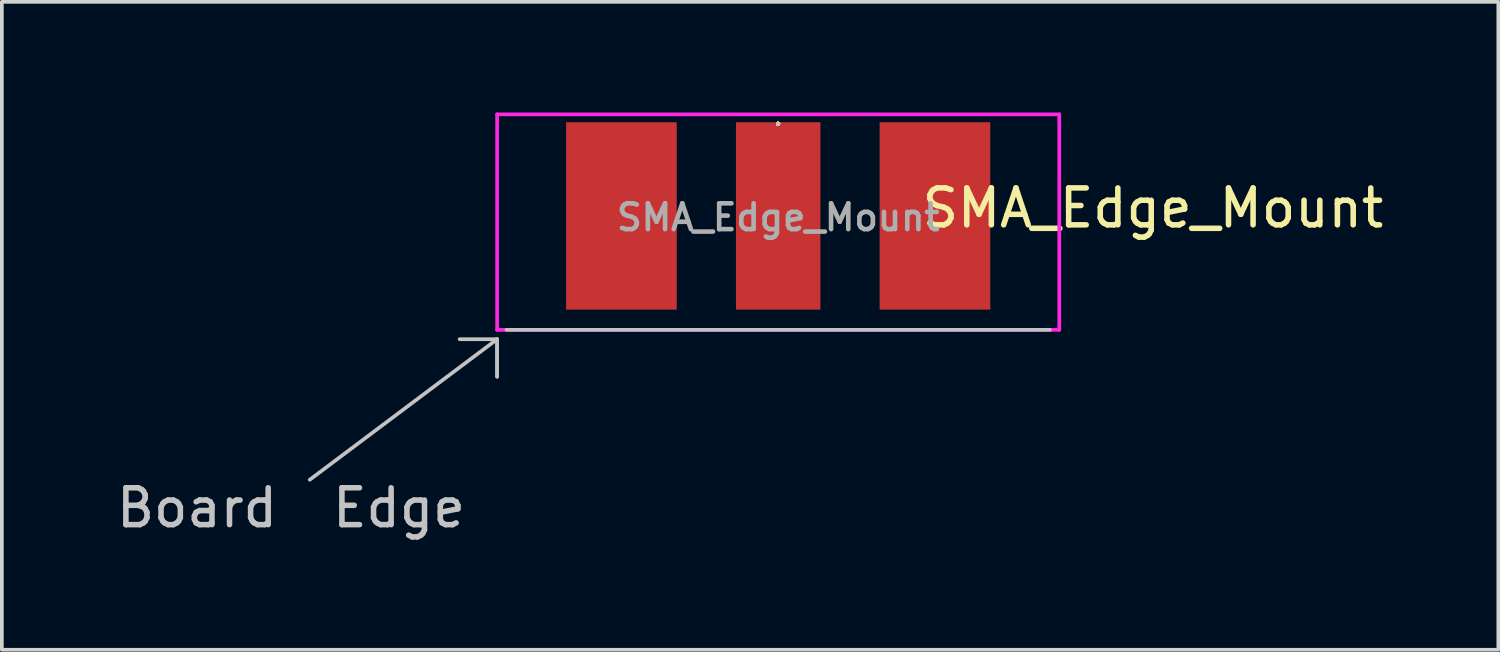
<source format=kicad_pcb>
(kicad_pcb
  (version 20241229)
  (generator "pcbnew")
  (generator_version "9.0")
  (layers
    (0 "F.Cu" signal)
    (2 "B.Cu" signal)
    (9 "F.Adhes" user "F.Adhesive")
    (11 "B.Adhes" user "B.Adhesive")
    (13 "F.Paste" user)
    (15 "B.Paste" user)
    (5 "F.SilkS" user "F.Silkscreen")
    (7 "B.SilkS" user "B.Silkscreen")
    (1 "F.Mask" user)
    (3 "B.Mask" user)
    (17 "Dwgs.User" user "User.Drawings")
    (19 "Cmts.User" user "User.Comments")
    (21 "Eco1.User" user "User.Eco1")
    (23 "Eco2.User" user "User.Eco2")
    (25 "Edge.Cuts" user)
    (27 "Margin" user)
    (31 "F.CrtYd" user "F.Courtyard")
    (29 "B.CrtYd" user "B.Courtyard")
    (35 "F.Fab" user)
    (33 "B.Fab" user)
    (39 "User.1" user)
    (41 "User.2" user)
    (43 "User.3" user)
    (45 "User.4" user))
  (footprint "SMA_Edge_Mount"
    (layer "F.Cu")
    (at 18.047 0.304)
    (property "Reference" "SMA_Edge_Mount" (at 10.16 2.286 0) (layer "F.SilkS") (effects (font (size 1 1) (thickness 0.15))))
    (attr through_hole)
    (fp_line (start -12.7 9.652) (end -7.62 5.842) (stroke (width 0.1) (type solid)) (layer "Dwgs.User"))
    (fp_line (start -7.62 5.842) (end -8.636 5.842) (stroke (width 0.1) (type solid)) (layer "Dwgs.User"))
    (fp_line (start -7.62 5.842) (end -7.62 6.858) (stroke (width 0.1) (type solid)) (layer "Dwgs.User"))
    (fp_line (start -7.62 6.858) (end -7.62 5.842) (stroke (width 0.1) (type solid)) (layer "Dwgs.User"))
    (fp_line (start 0 0) (end 0 0) (stroke (width 0.1) (type solid)) (layer "Dwgs.User"))
    (fp_line (start 0 0) (end 0 0) (stroke (width 0.1) (type solid)) (layer "Dwgs.User"))
    (fp_line (start 0 0) (end 0 0) (stroke (width 0.1) (type solid)) (layer "Dwgs.User"))
    (fp_line (start 0 0) (end 0 0) (stroke (width 0.1) (type solid)) (layer "Dwgs.User"))
    (fp_line (start 0 0) (end 0 0) (stroke (width 0.1) (type solid)) (layer "Dwgs.User"))
    (fp_line (start 0 0) (end 0 0) (stroke (width 0.1) (type solid)) (layer "Dwgs.User"))
    (fp_line (start 0 0) (end 0 0) (stroke (width 0.1) (type solid)) (layer "Dwgs.User"))
    (fp_line (start 0 0) (end 0 0) (stroke (width 0.1) (type solid)) (layer "Dwgs.User"))
    (fp_line (start 0 0) (end 0 0) (stroke (width 0.1) (type solid)) (layer "Dwgs.User"))
    (fp_line (start 0 0) (end 0 0) (stroke (width 0.1) (type solid)) (layer "Dwgs.User"))
    (fp_line (start 0 0) (end 0 0) (stroke (width 0.1) (type solid)) (layer "Dwgs.User"))
    (fp_line (start 0 0) (end 0 0) (stroke (width 0.1) (type solid)) (layer "Dwgs.User"))
    (fp_line (start 0 0) (end 0 0) (stroke (width 0.1) (type solid)) (layer "Dwgs.User"))
    (fp_line (start 0 0) (end 0 0) (stroke (width 0.1) (type solid)) (layer "Dwgs.User"))
    (fp_line (start 0 0) (end 0 0) (stroke (width 0.1) (type solid)) (layer "Dwgs.User"))
    (fp_line (start 0 0) (end 0 0) (stroke (width 0.1) (type solid)) (layer "Dwgs.User"))
    (fp_line (start 0 0) (end 0 0) (stroke (width 0.1) (type solid)) (layer "Dwgs.User"))
    (fp_line (start 0 0) (end 0 0) (stroke (width 0.1) (type solid)) (layer "Dwgs.User"))
    (fp_line (start 0 0) (end 0 0) (stroke (width 0.1) (type solid)) (layer "Dwgs.User"))
    (fp_line (start 0 0) (end 0 0) (stroke (width 0.1) (type solid)) (layer "Dwgs.User"))
    (fp_line (start 0 0) (end 0 0) (stroke (width 0.1) (type solid)) (layer "Dwgs.User"))
    (fp_line (start 0 0) (end 0 0) (stroke (width 0.1) (type solid)) (layer "Dwgs.User"))
    (fp_line (start 0 0) (end 0 0) (stroke (width 0.1) (type solid)) (layer "Dwgs.User"))
    (fp_line (start 0 0) (end 0 0) (stroke (width 0.1) (type solid)) (layer "Dwgs.User"))
    (fp_line (start 0 0) (end 0 0) (stroke (width 0.1) (type solid)) (layer "Dwgs.User"))
    (fp_line (start 0 0) (end 0 0) (stroke (width 0.1) (type solid)) (layer "Dwgs.User"))
    (fp_line (start 0 0) (end 0 0) (stroke (width 0.1) (type solid)) (layer "Dwgs.User"))
    (fp_line (start 0 0) (end 0 0) (stroke (width 0.1) (type solid)) (layer "Dwgs.User"))
    (fp_line (start 0 0) (end 0 0) (stroke (width 0.1) (type solid)) (layer "Dwgs.User"))
    (fp_line (start 0 0) (end 0 0) (stroke (width 0.1) (type solid)) (layer "Dwgs.User"))
    (fp_line (start 0 0) (end 0 0) (stroke (width 0.1) (type solid)) (layer "Dwgs.User"))
    (fp_line (start 0 0) (end 0 0) (stroke (width 0.1) (type solid)) (layer "Dwgs.User"))
    (fp_line (start 0 0) (end 0 0) (stroke (width 0.1) (type solid)) (layer "Dwgs.User"))
    (fp_line (start 0 0) (end 0 0) (stroke (width 0.1) (type solid)) (layer "Dwgs.User"))
    (fp_line (start 0 0) (end 0 0) (stroke (width 0.1) (type solid)) (layer "Dwgs.User"))
    (fp_line (start 0 0) (end 0 0) (stroke (width 0.1) (type solid)) (layer "Dwgs.User"))
    (fp_line (start 0 0) (end 0 0) (stroke (width 0.1) (type solid)) (layer "Dwgs.User"))
    (fp_line (start 0 0) (end 0 0) (stroke (width 0.1) (type solid)) (layer "Dwgs.User"))
    (fp_line (start 0 0) (end 0 0) (stroke (width 0.1) (type solid)) (layer "Dwgs.User"))
    (fp_line (start 0 0) (end 0 0) (stroke (width 0.1) (type solid)) (layer "Dwgs.User"))
    (fp_line (start 0 0) (end 0 0) (stroke (width 0.1) (type solid)) (layer "Dwgs.User"))
    (fp_line (start 0 0) (end 0 0) (stroke (width 0.1) (type solid)) (layer "Dwgs.User"))
    (fp_line (start 0 0) (end 0 0) (stroke (width 0.1) (type solid)) (layer "Dwgs.User"))
    (fp_line (start 0 0) (end 0 0) (stroke (width 0.1) (type solid)) (layer "Dwgs.User"))
    (fp_line (start 0 0) (end 0 0) (stroke (width 0.1) (type solid)) (layer "Dwgs.User"))
    (fp_line (start 0 0) (end 0 0) (stroke (width 0.1) (type solid)) (layer "Dwgs.User"))
    (fp_line (start 0 0) (end 0 0) (stroke (width 0.1) (type solid)) (layer "Dwgs.User"))
    (fp_line (start 0 0) (end 0 0) (stroke (width 0.1) (type solid)) (layer "Dwgs.User"))
    (fp_line (start 0 0) (end 0 0) (stroke (width 0.1) (type solid)) (layer "Dwgs.User"))
    (fp_line (start 0 0) (end 0 0) (stroke (width 0.1) (type solid)) (layer "Dwgs.User"))
    (fp_line (start 0 0) (end 0 0) (stroke (width 0.1) (type solid)) (layer "Dwgs.User"))
    (fp_line (start 0 0) (end 0 0) (stroke (width 0.1) (type solid)) (layer "Dwgs.User"))
    (fp_line (start 0 0) (end 0 0) (stroke (width 0.1) (type solid)) (layer "Dwgs.User"))
    (fp_line (start 0 0) (end 0 0) (stroke (width 0.1) (type solid)) (layer "Dwgs.User"))
    (fp_line (start 0 0) (end 0 0) (stroke (width 0.1) (type solid)) (layer "Dwgs.User"))
    (fp_line (start 0 0) (end 0 0) (stroke (width 0.1) (type solid)) (layer "Dwgs.User"))
    (fp_line (start 0 0) (end 0 0) (stroke (width 0.1) (type solid)) (layer "Dwgs.User"))
    (fp_line (start 0 0) (end 0 0) (stroke (width 0.1) (type solid)) (layer "Dwgs.User"))
    (fp_line (start 0 0) (end 0 0) (stroke (width 0.1) (type solid)) (layer "Dwgs.User"))
    (fp_line (start 0 0) (end 0 0) (stroke (width 0.1) (type solid)) (layer "Dwgs.User"))
    (fp_line (start 0 0) (end 0 0) (stroke (width 0.1) (type solid)) (layer "Dwgs.User"))
    (fp_line (start 0 0) (end 0 0) (stroke (width 0.1) (type solid)) (layer "Dwgs.User"))
    (fp_line (start 0 0) (end 0 0) (stroke (width 0.1) (type solid)) (layer "Dwgs.User"))
    (fp_line (start 0 0) (end 0 0) (stroke (width 0.1) (type solid)) (layer "Dwgs.User"))
    (fp_line (start 0 0) (end 0 0) (stroke (width 0.1) (type solid)) (layer "Dwgs.User"))
    (fp_line (start 0 0) (end 0 0) (stroke (width 0.1) (type solid)) (layer "Dwgs.User"))
    (fp_line (start 0 0) (end 0 0) (stroke (width 0.1) (type solid)) (layer "Dwgs.User"))
    (fp_line (start 0 0) (end 0 0) (stroke (width 0.1) (type solid)) (layer "Dwgs.User"))
    (fp_line (start 0 0) (end 0 0) (stroke (width 0.1) (type solid)) (layer "Dwgs.User"))
    (fp_line (start 0 0) (end 0 0) (stroke (width 0.1) (type solid)) (layer "Dwgs.User"))
    (fp_line (start 0 0) (end 0 0) (stroke (width 0.1) (type solid)) (layer "Dwgs.User"))
    (fp_line (start 0 0) (end 0 0) (stroke (width 0.1) (type solid)) (layer "Dwgs.User"))
    (fp_line (start 0 0) (end 0 0) (stroke (width 0.1) (type solid)) (layer "Dwgs.User"))
    (fp_line (start 0 0) (end 0 0) (stroke (width 0.1) (type solid)) (layer "Dwgs.User"))
    (fp_line (start 0 0) (end 0 0) (stroke (width 0.1) (type solid)) (layer "Dwgs.User"))
    (fp_line (start 0 0) (end 0 0) (stroke (width 0.1) (type solid)) (layer "Dwgs.User"))
    (fp_line (start 0 0) (end 0 0) (stroke (width 0.1) (type solid)) (layer "Dwgs.User"))
    (fp_line (start 0 0) (end 0 0) (stroke (width 0.1) (type solid)) (layer "Dwgs.User"))
    (fp_line (start 0 0) (end 0 0) (stroke (width 0.1) (type solid)) (layer "Dwgs.User"))
    (fp_line (start 0 0) (end 0 0) (stroke (width 0.1) (type solid)) (layer "Dwgs.User"))
    (fp_line (start 0 0) (end 0 0) (stroke (width 0.1) (type solid)) (layer "Dwgs.User"))
    (fp_line (start 0 0) (end 0 0) (stroke (width 0.1) (type solid)) (layer "Dwgs.User"))
    (fp_line (start 0 0) (end 0 0) (stroke (width 0.1) (type solid)) (layer "Dwgs.User"))
    (fp_line (start 0 0) (end 0 0) (stroke (width 0.1) (type solid)) (layer "Dwgs.User"))
    (fp_line (start 0 0) (end 0 0) (stroke (width 0.1) (type solid)) (layer "Dwgs.User"))
    (fp_line (start 0 0) (end 0 0) (stroke (width 0.1) (type solid)) (layer "Dwgs.User"))
    (fp_line (start 0 0) (end 0 0) (stroke (width 0.1) (type solid)) (layer "Dwgs.User"))
    (fp_line (start 0 0) (end 0 0) (stroke (width 0.1) (type solid)) (layer "Dwgs.User"))
    (fp_line (start 0 0) (end 0 0) (stroke (width 0.1) (type solid)) (layer "Dwgs.User"))
    (fp_line (start 0 0) (end 0 0) (stroke (width 0.1) (type solid)) (layer "Dwgs.User"))
    (fp_line (start 0 0) (end 0 0) (stroke (width 0.1) (type solid)) (layer "Dwgs.User"))
    (fp_line (start 0 0) (end 0 0) (stroke (width 0.1) (type solid)) (layer "Dwgs.User"))
    (fp_line (start 0 0) (end 0 0) (stroke (width 0.1) (type solid)) (layer "Dwgs.User"))
    (fp_line (start 0 0) (end 0 0) (stroke (width 0.1) (type solid)) (layer "Dwgs.User"))
    (fp_line (start 0 0) (end 0 0) (stroke (width 0.1) (type solid)) (layer "Dwgs.User"))
    (fp_line (start 0 0) (end 0 0) (stroke (width 0.1) (type solid)) (layer "Dwgs.User"))
    (fp_line (start 0 0) (end 0 0) (stroke (width 0.1) (type solid)) (layer "Dwgs.User"))
    (fp_line (start 0 0) (end 0 0) (stroke (width 0.1) (type solid)) (layer "Dwgs.User"))
    (fp_line (start 0 0) (end 0 0) (stroke (width 0.1) (type solid)) (layer "Dwgs.User"))
    (fp_line (start 0 0) (end 0 0) (stroke (width 0.1) (type solid)) (layer "Dwgs.User"))
    (fp_line (start 0 0) (end 0 0) (stroke (width 0.1) (type solid)) (layer "Dwgs.User"))
    (fp_line (start 0 0) (end 0 0) (stroke (width 0.1) (type solid)) (layer "Dwgs.User"))
    (fp_line (start 0 0) (end 0 0) (stroke (width 0.1) (type solid)) (layer "Dwgs.User"))
    (fp_line (start 0 0) (end 0 0) (stroke (width 0.1) (type solid)) (layer "Dwgs.User"))
    (fp_line (start 0 0) (end 0 0) (stroke (width 0.1) (type solid)) (layer "Dwgs.User"))
    (fp_line (start 0 0) (end 0 0) (stroke (width 0.1) (type solid)) (layer "Dwgs.User"))
    (fp_line (start 0 0) (end 0 0) (stroke (width 0.1) (type solid)) (layer "Dwgs.User"))
    (fp_line (start 0 0) (end 0 0) (stroke (width 0.1) (type solid)) (layer "Dwgs.User"))
    (fp_line (start 0 0) (end 0 0) (stroke (width 0.1) (type solid)) (layer "Dwgs.User"))
    (fp_line (start 0 0) (end 0 0) (stroke (width 0.1) (type solid)) (layer "Dwgs.User"))
    (fp_line (start 0 0) (end 0 0) (stroke (width 0.1) (type solid)) (layer "Dwgs.User"))
    (fp_line (start 0 0) (end 0 0) (stroke (width 0.1) (type solid)) (layer "Dwgs.User"))
    (fp_line (start 0 0) (end 0 0) (stroke (width 0.1) (type solid)) (layer "Dwgs.User"))
    (fp_line (start 0 0) (end 0 0) (stroke (width 0.1) (type solid)) (layer "Dwgs.User"))
    (fp_line (start 0 0) (end 0 0) (stroke (width 0.1) (type solid)) (layer "Dwgs.User"))
    (fp_line (start 0 0) (end 0 0) (stroke (width 0.1) (type solid)) (layer "Dwgs.User"))
    (fp_line (start 0 0) (end 0 0) (stroke (width 0.1) (type solid)) (layer "Dwgs.User"))
    (fp_line (start 0 0) (end 0 0) (stroke (width 0.1) (type solid)) (layer "Dwgs.User"))
    (fp_line (start 0 0) (end 0 0) (stroke (width 0.1) (type solid)) (layer "Dwgs.User"))
    (fp_line (start 0 0) (end 0 0) (stroke (width 0.1) (type solid)) (layer "Dwgs.User"))
    (fp_line (start 0 0) (end 0 0) (stroke (width 0.1) (type solid)) (layer "Dwgs.User"))
    (fp_line (start 0 0) (end 0 0) (stroke (width 0.1) (type solid)) (layer "Dwgs.User"))
    (fp_line (start 0 0) (end 0 0) (stroke (width 0.1) (type solid)) (layer "Dwgs.User"))
    (fp_line (start 0 0) (end 0 0) (stroke (width 0.1) (type solid)) (layer "Dwgs.User"))
    (fp_line (start 0 0) (end 0 0) (stroke (width 0.1) (type solid)) (layer "Dwgs.User"))
    (fp_line (start 0 0) (end 0 0) (stroke (width 0.1) (type solid)) (layer "Dwgs.User"))
    (fp_line (start 0 0) (end 0 0) (stroke (width 0.1) (type solid)) (layer "Dwgs.User"))
    (fp_line (start 0 0) (end 0 0) (stroke (width 0.1) (type solid)) (layer "Dwgs.User"))
    (fp_line (start 0 0) (end 0 0) (stroke (width 0.1) (type solid)) (layer "Dwgs.User"))
    (fp_line (start 0 0) (end 0 0) (stroke (width 0.1) (type solid)) (layer "Dwgs.User"))
    (fp_line (start 0 0) (end 0 0) (stroke (width 0.1) (type solid)) (layer "Dwgs.User"))
    (fp_line (start 0 0) (end 0 0) (stroke (width 0.1) (type solid)) (layer "Dwgs.User"))
    (fp_line (start 0 0) (end 0 0) (stroke (width 0.1) (type solid)) (layer "Dwgs.User"))
    (fp_line (start 0 0) (end 0 0) (stroke (width 0.1) (type solid)) (layer "Dwgs.User"))
    (fp_line (start 0 0) (end 0 0) (stroke (width 0.1) (type solid)) (layer "Dwgs.User"))
    (fp_line (start 0 0) (end 0 0) (stroke (width 0.1) (type solid)) (layer "Dwgs.User"))
    (fp_line (start 0 0) (end 0 0) (stroke (width 0.1) (type solid)) (layer "Dwgs.User"))
    (fp_line (start 0 0) (end 0 0) (stroke (width 0.1) (type solid)) (layer "Dwgs.User"))
    (fp_line (start 0 0) (end 0 0) (stroke (width 0.1) (type solid)) (layer "Dwgs.User"))
    (fp_line (start 0 0) (end 0 0) (stroke (width 0.1) (type solid)) (layer "Dwgs.User"))
    (fp_line (start 0 0) (end 0 0) (stroke (width 0.1) (type solid)) (layer "Dwgs.User"))
    (fp_line (start 0 0) (end 0 0) (stroke (width 0.1) (type solid)) (layer "Dwgs.User"))
    (fp_line (start 0 0) (end 0 0) (stroke (width 0.1) (type solid)) (layer "Dwgs.User"))
    (fp_line (start 0 0) (end 0 0) (stroke (width 0.1) (type solid)) (layer "Dwgs.User"))
    (fp_line (start 0 0) (end 0 0) (stroke (width 0.1) (type solid)) (layer "Dwgs.User"))
    (fp_line (start 0 0) (end 0 0) (stroke (width 0.1) (type solid)) (layer "Dwgs.User"))
    (fp_line (start 0 0) (end 0 0) (stroke (width 0.1) (type solid)) (layer "Dwgs.User"))
    (fp_line (start 0 0) (end 0 0) (stroke (width 0.1) (type solid)) (layer "Dwgs.User"))
    (fp_line (start 0 0) (end 0 0) (stroke (width 0.1) (type solid)) (layer "Dwgs.User"))
    (fp_line (start 0 0) (end 0 0) (stroke (width 0.1) (type solid)) (layer "Dwgs.User"))
    (fp_line (start 0 0) (end 0 0) (stroke (width 0.1) (type solid)) (layer "Dwgs.User"))
    (fp_line (start 0 0) (end 0 0) (stroke (width 0.1) (type solid)) (layer "Dwgs.User"))
    (fp_line (start 0 0) (end 0 0) (stroke (width 0.1) (type solid)) (layer "Dwgs.User"))
    (fp_line (start 0 0) (end 0 0) (stroke (width 0.1) (type solid)) (layer "Dwgs.User"))
    (fp_line (start 0 0) (end 0 0) (stroke (width 0.1) (type solid)) (layer "Dwgs.User"))
    (fp_line (start 0 0) (end 0 0) (stroke (width 0.1) (type solid)) (layer "Dwgs.User"))
    (fp_line (start 0 0) (end 0 0) (stroke (width 0.1) (type solid)) (layer "Dwgs.User"))
    (fp_line (start 0 0) (end 0 0) (stroke (width 0.1) (type solid)) (layer "Dwgs.User"))
    (fp_line (start 0 0) (end 0 0) (stroke (width 0.1) (type solid)) (layer "Dwgs.User"))
    (fp_line (start 0 0) (end 0 0) (stroke (width 0.1) (type solid)) (layer "Dwgs.User"))
    (fp_line (start 0 0) (end 0 0) (stroke (width 0.1) (type solid)) (layer "Dwgs.User"))
    (fp_line (start 0 0) (end 0 0) (stroke (width 0.1) (type solid)) (layer "Dwgs.User"))
    (fp_line (start 0 0) (end 0 0) (stroke (width 0.1) (type solid)) (layer "Dwgs.User"))
    (fp_line (start 0 0) (end 0 0) (stroke (width 0.1) (type solid)) (layer "Dwgs.User"))
    (fp_line (start 0 0) (end 0 0) (stroke (width 0.1) (type solid)) (layer "Dwgs.User"))
    (fp_line (start 0 0) (end 0 0) (stroke (width 0.1) (type solid)) (layer "Dwgs.User"))
    (fp_line (start 0 0) (end 0 0) (stroke (width 0.1) (type solid)) (layer "Dwgs.User"))
    (fp_line (start 0 0) (end 0 0) (stroke (width 0.1) (type solid)) (layer "Dwgs.User"))
    (fp_line (start 0 0) (end 0 0) (stroke (width 0.1) (type solid)) (layer "Dwgs.User"))
    (fp_line (start 0 0) (end 0 0) (stroke (width 0.1) (type solid)) (layer "Dwgs.User"))
    (fp_line (start 0 0) (end 0 0) (stroke (width 0.1) (type solid)) (layer "Dwgs.User"))
    (fp_line (start 0 0) (end 0 0) (stroke (width 0.1) (type solid)) (layer "Dwgs.User"))
    (fp_line (start 0 0) (end 0 0) (stroke (width 0.1) (type solid)) (layer "Dwgs.User"))
    (fp_line (start 0 0) (end 0 0) (stroke (width 0.1) (type solid)) (layer "Dwgs.User"))
    (fp_line (start 0 0) (end 0 0) (stroke (width 0.1) (type solid)) (layer "Dwgs.User"))
    (fp_line (start 0 0) (end 0 0) (stroke (width 0.1) (type solid)) (layer "Dwgs.User"))
    (fp_line (start 0 0) (end 0 0) (stroke (width 0.1) (type solid)) (layer "Dwgs.User"))
    (fp_line (start 0 0) (end 0 0) (stroke (width 0.1) (type solid)) (layer "Dwgs.User"))
    (fp_line (start 0 0) (end 0 0) (stroke (width 0.1) (type solid)) (layer "Dwgs.User"))
    (fp_line (start 0 0) (end 0 0) (stroke (width 0.1) (type solid)) (layer "Dwgs.User"))
    (fp_line (start 0 0) (end 0 0) (stroke (width 0.1) (type solid)) (layer "Dwgs.User"))
    (fp_line (start 0 0) (end 0 0) (stroke (width 0.1) (type solid)) (layer "Dwgs.User"))
    (fp_line (start 0 0) (end 0 0) (stroke (width 0.1) (type solid)) (layer "Dwgs.User"))
    (fp_line (start 0 0) (end 0 0) (stroke (width 0.1) (type solid)) (layer "Dwgs.User"))
    (fp_line (start 0 0) (end 0 0) (stroke (width 0.1) (type solid)) (layer "Dwgs.User"))
    (fp_line (start 0 0) (end 0 0) (stroke (width 0.1) (type solid)) (layer "Dwgs.User"))
    (fp_line (start 0 0) (end 0 0) (stroke (width 0.1) (type solid)) (layer "Dwgs.User"))
    (fp_line (start 0 0) (end 0 0) (stroke (width 0.1) (type solid)) (layer "Dwgs.User"))
    (fp_line (start 0 0) (end 0 0) (stroke (width 0.1) (type solid)) (layer "Dwgs.User"))
    (fp_line (start 0 0) (end 0 0) (stroke (width 0.1) (type solid)) (layer "Dwgs.User"))
    (fp_line (start 0 0) (end 0 0) (stroke (width 0.1) (type solid)) (layer "Dwgs.User"))
    (fp_line (start 0 0) (end 0 0) (stroke (width 0.1) (type solid)) (layer "Dwgs.User"))
    (fp_line (start 0 0) (end 0 0) (stroke (width 0.1) (type solid)) (layer "Dwgs.User"))
    (fp_line (start 0 0) (end 0 0) (stroke (width 0.1) (type solid)) (layer "Dwgs.User"))
    (fp_line (start 0 0) (end 0 0) (stroke (width 0.1) (type solid)) (layer "Dwgs.User"))
    (fp_line (start 0 0) (end 0 0) (stroke (width 0.1) (type solid)) (layer "Dwgs.User"))
    (fp_line (start 0 0) (end 0 0) (stroke (width 0.1) (type solid)) (layer "Dwgs.User"))
    (fp_line (start 0 0) (end 0 0) (stroke (width 0.1) (type solid)) (layer "Dwgs.User"))
    (fp_line (start 0 0) (end 0 0) (stroke (width 0.1) (type solid)) (layer "Dwgs.User"))
    (fp_line (start 0 0) (end 0 0) (stroke (width 0.1) (type solid)) (layer "Dwgs.User"))
    (fp_line (start 0 0) (end 0 0) (stroke (width 0.1) (type solid)) (layer "Dwgs.User"))
    (fp_line (start 0 0) (end 0 0) (stroke (width 0.1) (type solid)) (layer "Dwgs.User"))
    (fp_line (start 0 0) (end 0 0) (stroke (width 0.1) (type solid)) (layer "Dwgs.User"))
    (fp_line (start 0 0) (end 0 0) (stroke (width 0.1) (type solid)) (layer "Dwgs.User"))
    (fp_line (start 0 0) (end 0 0) (stroke (width 0.1) (type solid)) (layer "Dwgs.User"))
    (fp_line (start 0 0) (end 0 0) (stroke (width 0.1) (type solid)) (layer "Dwgs.User"))
    (fp_line (start 0 0) (end 0 0) (stroke (width 0.1) (type solid)) (layer "Dwgs.User"))
    (fp_line (start 0 0) (end 0 0) (stroke (width 0.1) (type solid)) (layer "Dwgs.User"))
    (fp_line (start 0 0) (end 0 0) (stroke (width 0.1) (type solid)) (layer "Dwgs.User"))
    (fp_line (start 0 0) (end 0 0) (stroke (width 0.1) (type solid)) (layer "Dwgs.User"))
    (fp_line (start 0 0) (end 0 0) (stroke (width 0.1) (type solid)) (layer "Dwgs.User"))
    (fp_line (start 0 0) (end 0 0) (stroke (width 0.1) (type solid)) (layer "Dwgs.User"))
    (fp_line (start 0 0) (end 0 0) (stroke (width 0.1) (type solid)) (layer "Dwgs.User"))
    (fp_line (start 0 0) (end 0 0) (stroke (width 0.1) (type solid)) (layer "Dwgs.User"))
    (fp_line (start 0 0) (end 0 0) (stroke (width 0.1) (type solid)) (layer "Dwgs.User"))
    (fp_line (start 0 0) (end 0 0) (stroke (width 0.1) (type solid)) (layer "Dwgs.User"))
    (fp_line (start 0 0) (end 0 0) (stroke (width 0.1) (type solid)) (layer "Dwgs.User"))
    (fp_line (start 0 0) (end 0 0) (stroke (width 0.1) (type solid)) (layer "Dwgs.User"))
    (fp_line (start 0 0) (end 0 0) (stroke (width 0.1) (type solid)) (layer "Dwgs.User"))
    (fp_line (start 0 0) (end 0 0) (stroke (width 0.1) (type solid)) (layer "Dwgs.User"))
    (fp_line (start 0 0) (end 0 0) (stroke (width 0.1) (type solid)) (layer "Dwgs.User"))
    (fp_line (start 0 0) (end 0 0) (stroke (width 0.1) (type solid)) (layer "Dwgs.User"))
    (fp_line (start 0 0) (end 0 0) (stroke (width 0.1) (type solid)) (layer "Dwgs.User"))
    (fp_line (start 0 0) (end 0 0) (stroke (width 0.1) (type solid)) (layer "Dwgs.User"))
    (fp_line (start 0 0) (end 0 0) (stroke (width 0.1) (type solid)) (layer "Dwgs.User"))
    (fp_line (start 0 0) (end 0 0) (stroke (width 0.1) (type solid)) (layer "Dwgs.User"))
    (fp_line (start 0 0) (end 0 0) (stroke (width 0.1) (type solid)) (layer "Dwgs.User"))
    (fp_line (start 0 0) (end 0 0) (stroke (width 0.1) (type solid)) (layer "Dwgs.User"))
    (fp_line (start 0 0) (end 0 0) (stroke (width 0.1) (type solid)) (layer "Dwgs.User"))
    (fp_line (start 0 0) (end 0 0) (stroke (width 0.1) (type solid)) (layer "Dwgs.User"))
    (fp_line (start 0 0) (end 0 0) (stroke (width 0.1) (type solid)) (layer "Dwgs.User"))
    (fp_line (start 0 0) (end 0 0) (stroke (width 0.1) (type solid)) (layer "Dwgs.User"))
    (fp_line (start 0 0) (end 0 0) (stroke (width 0.1) (type solid)) (layer "Dwgs.User"))
    (fp_line (start 0 0) (end 0 0) (stroke (width 0.1) (type solid)) (layer "Dwgs.User"))
    (fp_line (start 0 0) (end 0 0) (stroke (width 0.1) (type solid)) (layer "Dwgs.User"))
    (fp_line (start 0 0) (end 0 0) (stroke (width 0.1) (type solid)) (layer "Dwgs.User"))
    (fp_line (start 0 0) (end 0 0) (stroke (width 0.1) (type solid)) (layer "Dwgs.User"))
    (fp_line (start 0 0) (end 0 0) (stroke (width 0.1) (type solid)) (layer "Dwgs.User"))
    (fp_line (start 0 0) (end 0 0) (stroke (width 0.1) (type solid)) (layer "Dwgs.User"))
    (fp_line (start 0 0) (end 0 0) (stroke (width 0.1) (type solid)) (layer "Dwgs.User"))
    (fp_line (start 0 0) (end 0 0) (stroke (width 0.1) (type solid)) (layer "Dwgs.User"))
    (fp_line (start 0 0) (end 0 0) (stroke (width 0.1) (type solid)) (layer "Dwgs.User"))
    (fp_line (start 0 0) (end 0 0) (stroke (width 0.1) (type solid)) (layer "Dwgs.User"))
    (fp_line (start 0 0) (end 0 0) (stroke (width 0.1) (type solid)) (layer "Dwgs.User"))
    (fp_line (start 0 0) (end 0 0) (stroke (width 0.1) (type solid)) (layer "Dwgs.User"))
    (fp_line (start 0 0) (end 0 0) (stroke (width 0.1) (type solid)) (layer "Dwgs.User"))
    (fp_line (start 0 0) (end 0 0) (stroke (width 0.1) (type solid)) (layer "Dwgs.User"))
    (fp_line (start 0 0) (end 0 0) (stroke (width 0.1) (type solid)) (layer "Dwgs.User"))
    (fp_line (start 0 0) (end 0 0) (stroke (width 0.1) (type solid)) (layer "Dwgs.User"))
    (fp_line (start 0 0) (end 0 0) (stroke (width 0.1) (type solid)) (layer "Dwgs.User"))
    (fp_line (start 0 0) (end 0 0) (stroke (width 0.1) (type solid)) (layer "Dwgs.User"))
    (fp_line (start 0 0) (end 0 0) (stroke (width 0.1) (type solid)) (layer "Dwgs.User"))
    (fp_line (start 0 0) (end 0 0) (stroke (width 0.1) (type solid)) (layer "Dwgs.User"))
    (fp_line (start 0 0) (end 0 0) (stroke (width 0.1) (type solid)) (layer "Dwgs.User"))
    (fp_line (start 0 0) (end 0 0) (stroke (width 0.1) (type solid)) (layer "Dwgs.User"))
    (fp_line (start 0 0) (end 0 0) (stroke (width 0.1) (type solid)) (layer "Dwgs.User"))
    (fp_line (start 0 0) (end 0 0) (stroke (width 0.1) (type solid)) (layer "Dwgs.User"))
    (fp_line (start 0 0) (end 0 0) (stroke (width 0.1) (type solid)) (layer "Dwgs.User"))
    (fp_line (start 0 0) (end 0 0) (stroke (width 0.1) (type solid)) (layer "Dwgs.User"))
    (fp_line (start 0 0) (end 0 0) (stroke (width 0.1) (type solid)) (layer "Dwgs.User"))
    (fp_line (start 0 0) (end 0 0) (stroke (width 0.1) (type solid)) (layer "Dwgs.User"))
    (fp_line (start 0 0) (end 0 0) (stroke (width 0.1) (type solid)) (layer "Dwgs.User"))
    (fp_line (start 0 0) (end 0 0) (stroke (width 0.1) (type solid)) (layer "Dwgs.User"))
    (fp_line (start 0 0) (end 0 0) (stroke (width 0.1) (type solid)) (layer "Dwgs.User"))
    (fp_line (start 0 0) (end 0 0) (stroke (width 0.1) (type solid)) (layer "Dwgs.User"))
    (fp_line (start 0 0) (end 0 0) (stroke (width 0.1) (type solid)) (layer "Dwgs.User"))
    (fp_line (start 0 0) (end 0 0) (stroke (width 0.1) (type solid)) (layer "Dwgs.User"))
    (fp_line (start 0 0) (end 0 0) (stroke (width 0.1) (type solid)) (layer "Dwgs.User"))
    (fp_line (start 0 0) (end 0 0) (stroke (width 0.1) (type solid)) (layer "Dwgs.User"))
    (fp_line (start 0 0) (end 0 0) (stroke (width 0.1) (type solid)) (layer "Dwgs.User"))
    (fp_line (start 0 0) (end 0 0) (stroke (width 0.1) (type solid)) (layer "Dwgs.User"))
    (fp_line (start 0 0) (end 0 0) (stroke (width 0.1) (type solid)) (layer "Dwgs.User"))
    (fp_line (start 0 0) (end 0 0) (stroke (width 0.1) (type solid)) (layer "Dwgs.User"))
    (fp_line (start 0 0) (end 0 0) (stroke (width 0.1) (type solid)) (layer "Dwgs.User"))
    (fp_line (start 0 0) (end 0 0) (stroke (width 0.1) (type solid)) (layer "Dwgs.User"))
    (fp_line (start 0 0) (end 0 0) (stroke (width 0.1) (type solid)) (layer "Dwgs.User"))
    (fp_line (start 0 0) (end 0 0) (stroke (width 0.1) (type solid)) (layer "Dwgs.User"))
    (fp_line (start 0 0) (end 0 0) (stroke (width 0.1) (type solid)) (layer "Dwgs.User"))
    (fp_line (start 0 0) (end 0 0) (stroke (width 0.1) (type solid)) (layer "Dwgs.User"))
    (fp_line (start 0 0) (end 0 0) (stroke (width 0.1) (type solid)) (layer "Dwgs.User"))
    (fp_line (start 0 0) (end 0 0) (stroke (width 0.1) (type solid)) (layer "Dwgs.User"))
    (fp_line (start 0 0) (end 0 0) (stroke (width 0.1) (type solid)) (layer "Dwgs.User"))
    (fp_line (start 0 0) (end 0 0) (stroke (width 0.1) (type solid)) (layer "Dwgs.User"))
    (fp_line (start 0 0) (end 0 0) (stroke (width 0.1) (type solid)) (layer "Dwgs.User"))
    (fp_line (start 0 0) (end 0 0) (stroke (width 0.1) (type solid)) (layer "Dwgs.User"))
    (fp_line (start 0 0) (end 0 0) (stroke (width 0.1) (type solid)) (layer "Dwgs.User"))
    (fp_line (start 0 0) (end 0 0) (stroke (width 0.1) (type solid)) (layer "Dwgs.User"))
    (fp_line (start 0 0) (end 0 0) (stroke (width 0.1) (type solid)) (layer "Dwgs.User"))
    (fp_line (start 0 0) (end 0 0) (stroke (width 0.1) (type solid)) (layer "Dwgs.User"))
    (fp_line (start 0 0) (end 0 0) (stroke (width 0.1) (type solid)) (layer "Dwgs.User"))
    (fp_line (start 0 0) (end 0 0) (stroke (width 0.1) (type solid)) (layer "Dwgs.User"))
    (fp_line (start 0 0) (end 0 0) (stroke (width 0.1) (type solid)) (layer "Dwgs.User"))
    (fp_line (start 0 0) (end 0 0) (stroke (width 0.1) (type solid)) (layer "Dwgs.User"))
    (fp_line (start 0 0) (end 0 0) (stroke (width 0.1) (type solid)) (layer "Dwgs.User"))
    (fp_line (start 0 0) (end 0 0) (stroke (width 0.1) (type solid)) (layer "Dwgs.User"))
    (fp_line (start 0 0) (end 0 0) (stroke (width 0.1) (type solid)) (layer "Dwgs.User"))
    (fp_line (start 0 0) (end 0 0) (stroke (width 0.1) (type solid)) (layer "Dwgs.User"))
    (fp_line (start 0 0) (end 0 0) (stroke (width 0.1) (type solid)) (layer "Dwgs.User"))
    (fp_line (start 0 0) (end 0 0) (stroke (width 0.1) (type solid)) (layer "Dwgs.User"))
    (fp_line (start 0 0) (end 0 0) (stroke (width 0.1) (type solid)) (layer "Dwgs.User"))
    (fp_line (start 0 0) (end 0 0) (stroke (width 0.1) (type solid)) (layer "Dwgs.User"))
    (fp_line (start 0 0) (end 0 0) (stroke (width 0.1) (type solid)) (layer "Dwgs.User"))
    (fp_line (start 0 0) (end 0 0) (stroke (width 0.1) (type solid)) (layer "Dwgs.User"))
    (fp_line (start 0 0) (end 0 0) (stroke (width 0.1) (type solid)) (layer "Dwgs.User"))
    (fp_line (start 0 0) (end 0 0) (stroke (width 0.1) (type solid)) (layer "Dwgs.User"))
    (fp_line (start 0 0) (end 0 0) (stroke (width 0.1) (type solid)) (layer "Dwgs.User"))
    (fp_line (start 0 0) (end 0 0) (stroke (width 0.1) (type solid)) (layer "Dwgs.User"))
    (fp_line (start 0 0) (end 0 0) (stroke (width 0.1) (type solid)) (layer "Dwgs.User"))
    (fp_line (start 0 0) (end 0 0) (stroke (width 0.1) (type solid)) (layer "Dwgs.User"))
    (fp_line (start 0 0) (end 0 0) (stroke (width 0.1) (type solid)) (layer "Dwgs.User"))
    (fp_line (start 0 0) (end 0 0) (stroke (width 0.1) (type solid)) (layer "Dwgs.User"))
    (fp_line (start 0 0) (end 0 0) (stroke (width 0.1) (type solid)) (layer "Dwgs.User"))
    (fp_line (start 0 0) (end 0 0) (stroke (width 0.1) (type solid)) (layer "Dwgs.User"))
    (fp_line (start 0 0) (end 0 0) (stroke (width 0.1) (type solid)) (layer "Dwgs.User"))
    (fp_line (start 0 0) (end 0 0) (stroke (width 0.1) (type solid)) (layer "Dwgs.User"))
    (fp_line (start 0 0) (end 0 0) (stroke (width 0.1) (type solid)) (layer "Dwgs.User"))
    (fp_line (start 0 0) (end 0 0) (stroke (width 0.1) (type solid)) (layer "Dwgs.User"))
    (fp_line (start 0 0) (end 0 0) (stroke (width 0.1) (type solid)) (layer "Dwgs.User"))
    (fp_line (start 0 0) (end 0 0) (stroke (width 0.1) (type solid)) (layer "Dwgs.User"))
    (fp_line (start 0 0) (end 0 0) (stroke (width 0.1) (type solid)) (layer "Dwgs.User"))
    (fp_line (start 0 0) (end 0 0) (stroke (width 0.1) (type solid)) (layer "Dwgs.User"))
    (fp_line (start 0 0) (end 0 0) (stroke (width 0.1) (type solid)) (layer "Dwgs.User"))
    (fp_line (start 0 0) (end 0 0) (stroke (width 0.1) (type solid)) (layer "Dwgs.User"))
    (fp_line (start 0 0) (end 0 0) (stroke (width 0.1) (type solid)) (layer "Dwgs.User"))
    (fp_line (start 0 0) (end 0 0) (stroke (width 0.1) (type solid)) (layer "Dwgs.User"))
    (fp_line (start 0 0) (end 0 0) (stroke (width 0.1) (type solid)) (layer "Dwgs.User"))
    (fp_line (start 0 0) (end 0 0) (stroke (width 0.1) (type solid)) (layer "Dwgs.User"))
    (fp_line (start 0 0) (end 0 0) (stroke (width 0.1) (type solid)) (layer "Dwgs.User"))
    (fp_line (start 0 0) (end 0 0) (stroke (width 0.1) (type solid)) (layer "Dwgs.User"))
    (fp_line (start 0 0) (end 0 0) (stroke (width 0.1) (type solid)) (layer "Dwgs.User"))
    (fp_line (start 0 0) (end 0 0) (stroke (width 0.1) (type solid)) (layer "Dwgs.User"))
    (fp_line (start 0 0) (end 0 0) (stroke (width 0.1) (type solid)) (layer "Dwgs.User"))
    (fp_line (start 0 0) (end 0 0) (stroke (width 0.1) (type solid)) (layer "Dwgs.User"))
    (fp_line (start 0 0) (end 0 0) (stroke (width 0.1) (type solid)) (layer "Dwgs.User"))
    (fp_line (start 0 0) (end 0 0) (stroke (width 0.1) (type solid)) (layer "Dwgs.User"))
    (fp_line (start 0 0) (end 0 0) (stroke (width 0.1) (type solid)) (layer "Dwgs.User"))
    (fp_line (start 0 0) (end 0 0) (stroke (width 0.1) (type solid)) (layer "Dwgs.User"))
    (fp_line (start 0 0) (end 0 0) (stroke (width 0.1) (type solid)) (layer "Dwgs.User"))
    (fp_line (start 0 0) (end 0 0) (stroke (width 0.1) (type solid)) (layer "Dwgs.User"))
    (fp_line (start 0 0) (end 0 0) (stroke (width 0.1) (type solid)) (layer "Dwgs.User"))
    (fp_line (start 0 0) (end 0 0) (stroke (width 0.1) (type solid)) (layer "Dwgs.User"))
    (fp_line (start 0 0) (end 0 0) (stroke (width 0.1) (type solid)) (layer "Dwgs.User"))
    (fp_line (start 0 0) (end 0 0) (stroke (width 0.1) (type solid)) (layer "Dwgs.User"))
    (fp_line (start 0 0) (end 0 0) (stroke (width 0.1) (type solid)) (layer "Dwgs.User"))
    (fp_line (start 0 0) (end 0 0) (stroke (width 0.1) (type solid)) (layer "Dwgs.User"))
    (fp_line (start 0 0) (end 0 0) (stroke (width 0.1) (type solid)) (layer "Dwgs.User"))
    (fp_line (start 0 0) (end 0 0) (stroke (width 0.1) (type solid)) (layer "Dwgs.User"))
    (fp_line (start 0 0) (end 0 0) (stroke (width 0.1) (type solid)) (layer "Dwgs.User"))
    (fp_line (start 0 0) (end 0 0) (stroke (width 0.1) (type solid)) (layer "Dwgs.User"))
    (fp_line (start 0 0) (end 0 0) (stroke (width 0.1) (type solid)) (layer "Dwgs.User"))
    (fp_line (start 0 0) (end 0 0) (stroke (width 0.1) (type solid)) (layer "Dwgs.User"))
    (fp_line (start 0 0) (end 0 0) (stroke (width 0.1) (type solid)) (layer "Dwgs.User"))
    (fp_line (start 0 0) (end 0 0) (stroke (width 0.1) (type solid)) (layer "Dwgs.User"))
    (fp_line (start 0 0) (end 0 0) (stroke (width 0.1) (type solid)) (layer "Dwgs.User"))
    (fp_line (start 0 0) (end 0 0) (stroke (width 0.1) (type solid)) (layer "Dwgs.User"))
    (fp_line (start 0 0) (end 0 0) (stroke (width 0.1) (type solid)) (layer "Dwgs.User"))
    (fp_line (start 0 0) (end 0 0) (stroke (width 0.1) (type solid)) (layer "Dwgs.User"))
    (fp_line (start 0 0) (end 0 0) (stroke (width 0.1) (type solid)) (layer "Dwgs.User"))
    (fp_line (start 0 0) (end 0 0) (stroke (width 0.1) (type solid)) (layer "Dwgs.User"))
    (fp_line (start 0 0) (end 0 0) (stroke (width 0.1) (type solid)) (layer "Dwgs.User"))
    (fp_line (start 0 0) (end 0 0) (stroke (width 0.1) (type solid)) (layer "Dwgs.User"))
    (fp_line (start 0 0) (end 0 0) (stroke (width 0.1) (type solid)) (layer "Dwgs.User"))
    (fp_line (start 0 0) (end 0 0) (stroke (width 0.1) (type solid)) (layer "Dwgs.User"))
    (fp_line (start 0 0) (end 0 0) (stroke (width 0.1) (type solid)) (layer "Dwgs.User"))
    (fp_line (start 0 0) (end 0 0) (stroke (width 0.1) (type solid)) (layer "Dwgs.User"))
    (fp_line (start 0 0) (end 0 0) (stroke (width 0.1) (type solid)) (layer "Dwgs.User"))
    (fp_line (start 0 0) (end 0 0) (stroke (width 0.1) (type solid)) (layer "Dwgs.User"))
    (fp_line (start 0 0) (end 0 0) (stroke (width 0.1) (type solid)) (layer "Dwgs.User"))
    (fp_line (start 0 0) (end 0 0) (stroke (width 0.1) (type solid)) (layer "Dwgs.User"))
    (fp_line (start 0 0) (end 0 0) (stroke (width 0.1) (type solid)) (layer "Dwgs.User"))
    (fp_line (start 0 0) (end 0 0) (stroke (width 0.1) (type solid)) (layer "Dwgs.User"))
    (fp_line (start 0 0) (end 0 0) (stroke (width 0.1) (type solid)) (layer "Dwgs.User"))
    (fp_line (start 0 0) (end 0 0) (stroke (width 0.1) (type solid)) (layer "Dwgs.User"))
    (fp_line (start 0 0) (end 0 0) (stroke (width 0.1) (type solid)) (layer "Dwgs.User"))
    (fp_line (start 0 0) (end 0 0) (stroke (width 0.1) (type solid)) (layer "Dwgs.User"))
    (fp_line (start 0 0) (end 0 0) (stroke (width 0.1) (type solid)) (layer "Dwgs.User"))
    (fp_line (start 0 0) (end 0 0) (stroke (width 0.1) (type solid)) (layer "Dwgs.User"))
    (fp_line (start 0 0) (end 0 0) (stroke (width 0.1) (type solid)) (layer "Dwgs.User"))
    (fp_line (start 0 0) (end 0 0) (stroke (width 0.1) (type solid)) (layer "Dwgs.User"))
    (fp_line (start 0 0) (end 0 0) (stroke (width 0.1) (type solid)) (layer "Dwgs.User"))
    (fp_line (start 0 0) (end 0 0) (stroke (width 0.1) (type solid)) (layer "Dwgs.User"))
    (fp_line (start 0 0) (end 0 0) (stroke (width 0.1) (type solid)) (layer "Dwgs.User"))
    (fp_line (start 0 0) (end 0 0) (stroke (width 0.1) (type solid)) (layer "Dwgs.User"))
    (fp_line (start 0 0) (end 0 0) (stroke (width 0.1) (type solid)) (layer "Dwgs.User"))
    (fp_line (start 0 0) (end 0 0) (stroke (width 0.1) (type solid)) (layer "Dwgs.User"))
    (fp_line (start 0 0) (end 0 0) (stroke (width 0.1) (type solid)) (layer "Dwgs.User"))
    (fp_line (start 0 0) (end 0 0) (stroke (width 0.1) (type solid)) (layer "Dwgs.User"))
    (fp_line (start 0 0) (end 0 0) (stroke (width 0.1) (type solid)) (layer "Dwgs.User"))
    (fp_line (start 0 0) (end 0 0) (stroke (width 0.1) (type solid)) (layer "Dwgs.User"))
    (fp_line (start 0 0) (end 0 0) (stroke (width 0.1) (type solid)) (layer "Dwgs.User"))
    (fp_line (start 0 0) (end 0 0) (stroke (width 0.1) (type solid)) (layer "Dwgs.User"))
    (fp_line (start 0 0) (end 0 0) (stroke (width 0.1) (type solid)) (layer "Dwgs.User"))
    (fp_line (start 0 0) (end 0 0) (stroke (width 0.1) (type solid)) (layer "Dwgs.User"))
    (fp_line (start 0 0) (end 0 0) (stroke (width 0.1) (type solid)) (layer "Dwgs.User"))
    (fp_line (start 0 0) (end 0 0) (stroke (width 0.1) (type solid)) (layer "Dwgs.User"))
    (fp_line (start 0 0) (end 0 0) (stroke (width 0.1) (type solid)) (layer "Dwgs.User"))
    (fp_line (start 0 0) (end 0 0) (stroke (width 0.1) (type solid)) (layer "Dwgs.User"))
    (fp_line (start 0 0) (end 0 0) (stroke (width 0.1) (type solid)) (layer "Dwgs.User"))
    (fp_line (start 0 0) (end 0 0) (stroke (width 0.1) (type solid)) (layer "Dwgs.User"))
    (fp_line (start 0 0) (end 0 0) (stroke (width 0.1) (type solid)) (layer "Dwgs.User"))
    (fp_line (start 0 0) (end 0 0) (stroke (width 0.1) (type solid)) (layer "Dwgs.User"))
    (fp_line (start 0 0) (end 0 0) (stroke (width 0.1) (type solid)) (layer "Dwgs.User"))
    (fp_line (start 0 0) (end 0 0) (stroke (width 0.1) (type solid)) (layer "Dwgs.User"))
    (fp_line (start 0 0) (end 0 0) (stroke (width 0.1) (type solid)) (layer "Dwgs.User"))
    (fp_line (start 0 0) (end 0 0) (stroke (width 0.1) (type solid)) (layer "Dwgs.User"))
    (fp_line (start 0 0) (end 0 0) (stroke (width 0.1) (type solid)) (layer "Dwgs.User"))
    (fp_line (start 0 0) (end 0 0) (stroke (width 0.1) (type solid)) (layer "Dwgs.User"))
    (fp_line (start 0 0) (end 0 0) (stroke (width 0.1) (type solid)) (layer "Dwgs.User"))
    (fp_line (start 0 0) (end 0 0) (stroke (width 0.1) (type solid)) (layer "Dwgs.User"))
    (fp_line (start 0 0) (end 0 0) (stroke (width 0.1) (type solid)) (layer "Dwgs.User"))
    (fp_line (start 0 0) (end 0 0) (stroke (width 0.1) (type solid)) (layer "Dwgs.User"))
    (fp_line (start 0 0) (end 0 0) (stroke (width 0.1) (type solid)) (layer "Dwgs.User"))
    (fp_line (start 0 0) (end 0 0) (stroke (width 0.1) (type solid)) (layer "Dwgs.User"))
    (fp_line (start 0 0) (end 0 0) (stroke (width 0.1) (type solid)) (layer "Dwgs.User"))
    (fp_line (start 0 0) (end 0 0) (stroke (width 0.1) (type solid)) (layer "Dwgs.User"))
    (fp_line (start 0 0) (end 0 0) (stroke (width 0.1) (type solid)) (layer "Dwgs.User"))
    (fp_line (start 0 0) (end 0 0) (stroke (width 0.1) (type solid)) (layer "Dwgs.User"))
    (fp_line (start 0 0) (end 0 0) (stroke (width 0.1) (type solid)) (layer "Dwgs.User"))
    (fp_line (start 0 0) (end 0 0) (stroke (width 0.1) (type solid)) (layer "Dwgs.User"))
    (fp_line (start 0 0) (end 0 0) (stroke (width 0.1) (type solid)) (layer "Dwgs.User"))
    (fp_line (start 0 0) (end 0 0) (stroke (width 0.1) (type solid)) (layer "Dwgs.User"))
    (fp_line (start 0 0) (end 0 0) (stroke (width 0.1) (type solid)) (layer "Dwgs.User"))
    (fp_line (start 0 0) (end 0 0) (stroke (width 0.1) (type solid)) (layer "Dwgs.User"))
    (fp_line (start 0 0) (end 0 0) (stroke (width 0.1) (type solid)) (layer "Dwgs.User"))
    (fp_line (start 0 0) (end 0 0) (stroke (width 0.1) (type solid)) (layer "Dwgs.User"))
    (fp_line (start 0 0) (end 0 0) (stroke (width 0.1) (type solid)) (layer "Dwgs.User"))
    (fp_line (start 0 0) (end 0 0) (stroke (width 0.1) (type solid)) (layer "Dwgs.User"))
    (fp_line (start 0 0) (end 0 0) (stroke (width 0.1) (type solid)) (layer "Dwgs.User"))
    (fp_line (start 0 0) (end 0 0) (stroke (width 0.1) (type solid)) (layer "Dwgs.User"))
    (fp_line (start 0 0) (end 0 0) (stroke (width 0.1) (type solid)) (layer "Dwgs.User"))
    (fp_line (start 0 0) (end 0 0) (stroke (width 0.1) (type solid)) (layer "Dwgs.User"))
    (fp_line (start 0 0) (end 0 0) (stroke (width 0.1) (type solid)) (layer "Dwgs.User"))
    (fp_line (start 0 0) (end 0 0) (stroke (width 0.1) (type solid)) (layer "Dwgs.User"))
    (fp_line (start 0 0) (end 0 0) (stroke (width 0.1) (type solid)) (layer "Dwgs.User"))
    (fp_line (start 0 0) (end 0 0) (stroke (width 0.1) (type solid)) (layer "Dwgs.User"))
    (fp_line (start 0 0) (end 0 0) (stroke (width 0.1) (type solid)) (layer "Dwgs.User"))
    (fp_line (start 0 0) (end 0 0) (stroke (width 0.1) (type solid)) (layer "Dwgs.User"))
    (fp_line (start 0 0) (end 0 0) (stroke (width 0.1) (type solid)) (layer "Dwgs.User"))
    (fp_line (start 0 0) (end 0 0) (stroke (width 0.1) (type solid)) (layer "Dwgs.User"))
    (fp_line (start 0 0) (end 0 0) (stroke (width 0.1) (type solid)) (layer "Dwgs.User"))
    (fp_line (start 0 0) (end 0 0) (stroke (width 0.1) (type solid)) (layer "Dwgs.User"))
    (fp_line (start 0 0) (end 0 0) (stroke (width 0.1) (type solid)) (layer "Dwgs.User"))
    (fp_line (start 0 0) (end 0 0) (stroke (width 0.1) (type solid)) (layer "Dwgs.User"))
    (fp_line (start 0 0) (end 0 0) (stroke (width 0.1) (type solid)) (layer "Dwgs.User"))
    (fp_line (start 0 0) (end 0 0) (stroke (width 0.1) (type solid)) (layer "Dwgs.User"))
    (fp_line (start 0 0) (end 0 0) (stroke (width 0.1) (type solid)) (layer "Dwgs.User"))
    (fp_line (start 0 0) (end 0 0) (stroke (width 0.1) (type solid)) (layer "Dwgs.User"))
    (fp_line (start 0 0) (end 0 0) (stroke (width 0.1) (type solid)) (layer "Dwgs.User"))
    (fp_line (start 0 0) (end 0 0) (stroke (width 0.1) (type solid)) (layer "Dwgs.User"))
    (fp_line (start 0 0) (end 0 0) (stroke (width 0.1) (type solid)) (layer "Dwgs.User"))
    (fp_line (start 0 0) (end 0 0) (stroke (width 0.1) (type solid)) (layer "Dwgs.User"))
    (fp_line (start 0 0) (end 0 0) (stroke (width 0.1) (type solid)) (layer "Dwgs.User"))
    (fp_line (start 0 0) (end 0 0) (stroke (width 0.1) (type solid)) (layer "Dwgs.User"))
    (fp_line (start 0 0) (end 0 0) (stroke (width 0.1) (type solid)) (layer "Dwgs.User"))
    (fp_line (start 0 0) (end 0 0) (stroke (width 0.1) (type solid)) (layer "Dwgs.User"))
    (fp_line (start 0 0) (end 0 0) (stroke (width 0.1) (type solid)) (layer "Dwgs.User"))
    (fp_line (start 0 0) (end 0 0) (stroke (width 0.1) (type solid)) (layer "Dwgs.User"))
    (fp_line (start 0 0) (end 0 0) (stroke (width 0.1) (type solid)) (layer "Dwgs.User"))
    (fp_line (start 0 0) (end 0 0) (stroke (width 0.1) (type solid)) (layer "Dwgs.User"))
    (fp_line (start 0 0) (end 0 0) (stroke (width 0.1) (type solid)) (layer "Dwgs.User"))
    (fp_line (start 0 0) (end 0 0) (stroke (width 0.1) (type solid)) (layer "Dwgs.User"))
    (fp_line (start 0 0) (end 0 0) (stroke (width 0.1) (type solid)) (layer "Dwgs.User"))
    (fp_line (start 0 0) (end 0 0) (stroke (width 0.1) (type solid)) (layer "Dwgs.User"))
    (fp_line (start 0 0) (end 0 0) (stroke (width 0.1) (type solid)) (layer "Dwgs.User"))
    (fp_line (start 0 0) (end 0 0) (stroke (width 0.1) (type solid)) (layer "Dwgs.User"))
    (fp_line (start 0 0) (end 0 0) (stroke (width 0.1) (type solid)) (layer "Dwgs.User"))
    (fp_line (start 0 0) (end 0 0) (stroke (width 0.1) (type solid)) (layer "Dwgs.User"))
    (fp_line (start 0 0) (end 0 0) (stroke (width 0.1) (type solid)) (layer "Dwgs.User"))
    (fp_line (start 0 0) (end 0 0) (stroke (width 0.1) (type solid)) (layer "Dwgs.User"))
    (fp_line (start 0 0) (end 0 0) (stroke (width 0.1) (type solid)) (layer "Dwgs.User"))
    (fp_line (start 0 0) (end 0 0) (stroke (width 0.1) (type solid)) (layer "Dwgs.User"))
    (fp_line (start 0 0) (end 0 0) (stroke (width 0.1) (type solid)) (layer "Dwgs.User"))
    (fp_line (start 0 0) (end 0 0) (stroke (width 0.1) (type solid)) (layer "Dwgs.User"))
    (fp_line (start 0 0) (end 0 0) (stroke (width 0.1) (type solid)) (layer "Dwgs.User"))
    (fp_line (start 0 0) (end 0 0) (stroke (width 0.1) (type solid)) (layer "Dwgs.User"))
    (fp_line (start 0 0) (end 0 0) (stroke (width 0.1) (type solid)) (layer "Dwgs.User"))
    (fp_line (start 0 0) (end 0 0) (stroke (width 0.1) (type solid)) (layer "Dwgs.User"))
    (fp_line (start 0 0) (end 0 0) (stroke (width 0.1) (type solid)) (layer "Dwgs.User"))
    (fp_line (start 0 0) (end 0 0) (stroke (width 0.1) (type solid)) (layer "Dwgs.User"))
    (fp_line (start 0 0) (end 0 0) (stroke (width 0.1) (type solid)) (layer "Dwgs.User"))
    (fp_line (start 0 0) (end 0 0) (stroke (width 0.1) (type solid)) (layer "Dwgs.User"))
    (fp_line (start 0 0) (end 0 0) (stroke (width 0.1) (type solid)) (layer "Dwgs.User"))
    (fp_line (start 0 0) (end 0 0) (stroke (width 0.1) (type solid)) (layer "Dwgs.User"))
    (fp_line (start 0 0) (end 0 0) (stroke (width 0.1) (type solid)) (layer "Dwgs.User"))
    (fp_line (start 0 0) (end 0 0) (stroke (width 0.1) (type solid)) (layer "Dwgs.User"))
    (fp_line (start 0 0) (end 0 0) (stroke (width 0.1) (type solid)) (layer "Dwgs.User"))
    (fp_line (start 0 0) (end 0 0) (stroke (width 0.1) (type solid)) (layer "Dwgs.User"))
    (fp_line (start 0 0) (end 0 0) (stroke (width 0.1) (type solid)) (layer "Dwgs.User"))
    (fp_line (start 0 0) (end 0 0) (stroke (width 0.1) (type solid)) (layer "Dwgs.User"))
    (fp_line (start 0 0) (end 0 0) (stroke (width 0.1) (type solid)) (layer "Dwgs.User"))
    (fp_line (start 0 0) (end 0 0) (stroke (width 0.1) (type solid)) (layer "Dwgs.User"))
    (fp_line (start 0 0) (end 0 0) (stroke (width 0.1) (type solid)) (layer "Dwgs.User"))
    (fp_line (start 0 0) (end 0 0) (stroke (width 0.1) (type solid)) (layer "Dwgs.User"))
    (fp_line (start 0 0) (end 0 0) (stroke (width 0.1) (type solid)) (layer "Dwgs.User"))
    (fp_line (start 0 0) (end 0 0) (stroke (width 0.1) (type solid)) (layer "Dwgs.User"))
    (fp_line (start 0 0) (end 0 0) (stroke (width 0.1) (type solid)) (layer "Dwgs.User"))
    (fp_line (start 0 0) (end 0 0) (stroke (width 0.1) (type solid)) (layer "Dwgs.User"))
    (fp_line (start 0 0) (end 0 0) (stroke (width 0.1) (type solid)) (layer "Dwgs.User"))
    (fp_line (start 0 0) (end 0 0) (stroke (width 0.1) (type solid)) (layer "Dwgs.User"))
    (fp_line (start 0 0) (end 0 0) (stroke (width 0.1) (type solid)) (layer "Dwgs.User"))
    (fp_line (start 0 0) (end 0 0) (stroke (width 0.1) (type solid)) (layer "Dwgs.User"))
    (fp_line (start 0 0) (end 0 0) (stroke (width 0.1) (type solid)) (layer "Dwgs.User"))
    (fp_line (start 0 0) (end 0 0) (stroke (width 0.1) (type solid)) (layer "Dwgs.User"))
    (fp_line (start 0 0) (end 0 0) (stroke (width 0.1) (type solid)) (layer "Dwgs.User"))
    (fp_line (start 0 0) (end 0 0) (stroke (width 0.1) (type solid)) (layer "Dwgs.User"))
    (fp_line (start 0 0) (end 0 0) (stroke (width 0.1) (type solid)) (layer "Dwgs.User"))
    (fp_line (start 0 0) (end 0 0) (stroke (width 0.1) (type solid)) (layer "Dwgs.User"))
    (fp_line (start 0 0) (end 0 0) (stroke (width 0.1) (type solid)) (layer "Dwgs.User"))
    (fp_line (start 0 0) (end 0 0) (stroke (width 0.1) (type solid)) (layer "Dwgs.User"))
    (fp_line (start 0 0) (end 0 0) (stroke (width 0.1) (type solid)) (layer "Dwgs.User"))
    (fp_line (start 0 0) (end 0 0) (stroke (width 0.1) (type solid)) (layer "Dwgs.User"))
    (fp_line (start 0 0) (end 0 0) (stroke (width 0.1) (type solid)) (layer "Dwgs.User"))
    (fp_line (start 0 0) (end 0 0) (stroke (width 0.1) (type solid)) (layer "Dwgs.User"))
    (fp_line (start 0 0) (end 0 0) (stroke (width 0.1) (type solid)) (layer "Dwgs.User"))
    (fp_line (start 0 0) (end 0 0) (stroke (width 0.1) (type solid)) (layer "Dwgs.User"))
    (fp_line (start 0 0) (end 0 0) (stroke (width 0.1) (type solid)) (layer "Dwgs.User"))
    (fp_line (start 0 0) (end 0 0) (stroke (width 0.1) (type solid)) (layer "Dwgs.User"))
    (fp_line (start 0 0) (end 0 0) (stroke (width 0.1) (type solid)) (layer "Dwgs.User"))
    (fp_line (start 0 0) (end 0 0) (stroke (width 0.1) (type solid)) (layer "Dwgs.User"))
    (fp_line (start 0 0) (end 0 0) (stroke (width 0.1) (type solid)) (layer "Dwgs.User"))
    (fp_line (start 0 0) (end 0 0) (stroke (width 0.1) (type solid)) (layer "Dwgs.User"))
    (fp_line (start 0 0) (end 0 0) (stroke (width 0.1) (type solid)) (layer "Dwgs.User"))
    (fp_line (start 0 0) (end 0 0) (stroke (width 0.1) (type solid)) (layer "Dwgs.User"))
    (fp_line (start 0 0) (end 0 0) (stroke (width 0.1) (type solid)) (layer "Dwgs.User"))
    (fp_line (start 0 0) (end 0 0) (stroke (width 0.1) (type solid)) (layer "Dwgs.User"))
    (fp_line (start 0 0) (end 0 0) (stroke (width 0.1) (type solid)) (layer "Dwgs.User"))
    (fp_line (start 0 0) (end 0 0) (stroke (width 0.1) (type solid)) (layer "Dwgs.User"))
    (fp_line (start 0 0) (end 0 0) (stroke (width 0.1) (type solid)) (layer "Dwgs.User"))
    (fp_line (start 0 0) (end 0 0) (stroke (width 0.1) (type solid)) (layer "Dwgs.User"))
    (fp_line (start 0 0) (end 0 0) (stroke (width 0.1) (type solid)) (layer "Dwgs.User"))
    (fp_line (start 0 0) (end 0 0) (stroke (width 0.1) (type solid)) (layer "Dwgs.User"))
    (fp_line (start 0 0) (end 0 0) (stroke (width 0.1) (type solid)) (layer "Dwgs.User"))
    (fp_line (start 0 0) (end 0 0) (stroke (width 0.1) (type solid)) (layer "Dwgs.User"))
    (fp_line (start 0 0) (end 0 0) (stroke (width 0.1) (type solid)) (layer "Dwgs.User"))
    (fp_line (start 0 0) (end 0 0) (stroke (width 0.1) (type solid)) (layer "Dwgs.User"))
    (fp_line (start 0 0) (end 0 0) (stroke (width 0.1) (type solid)) (layer "Dwgs.User"))
    (fp_line (start 0 0) (end 0 0) (stroke (width 0.1) (type solid)) (layer "Dwgs.User"))
    (fp_line (start 0 0) (end 0 0) (stroke (width 0.1) (type solid)) (layer "Dwgs.User"))
    (fp_line (start 0 0) (end 0 0) (stroke (width 0.1) (type solid)) (layer "Dwgs.User"))
    (fp_line (start 0 0) (end 0 0) (stroke (width 0.1) (type solid)) (layer "Dwgs.User"))
    (fp_line (start 0 0) (end 0 0) (stroke (width 0.1) (type solid)) (layer "Dwgs.User"))
    (fp_line (start 0 0) (end 0 0) (stroke (width 0.1) (type solid)) (layer "Dwgs.User"))
    (fp_line (start 0 0) (end 0 0) (stroke (width 0.1) (type solid)) (layer "Dwgs.User"))
    (fp_line (start 0 0) (end 0 0) (stroke (width 0.1) (type solid)) (layer "Dwgs.User"))
    (fp_line (start 0 0) (end 0 0) (stroke (width 0.1) (type solid)) (layer "Dwgs.User"))
    (fp_line (start 0 0) (end 0 0) (stroke (width 0.1) (type solid)) (layer "Dwgs.User"))
    (fp_line (start 0 0) (end 0 0) (stroke (width 0.1) (type solid)) (layer "Dwgs.User"))
    (fp_line (start 0 0) (end 0 0) (stroke (width 0.1) (type solid)) (layer "Dwgs.User"))
    (fp_line (start 0 0) (end 0 0) (stroke (width 0.1) (type solid)) (layer "Dwgs.User"))
    (fp_line (start 0 0) (end 0 0) (stroke (width 0.1) (type solid)) (layer "Dwgs.User"))
    (fp_line (start 0 0) (end 0 0) (stroke (width 0.1) (type solid)) (layer "Dwgs.User"))
    (fp_line (start 0 0) (end 0 0) (stroke (width 0.1) (type solid)) (layer "Dwgs.User"))
    (fp_line (start 0 0) (end 0 0) (stroke (width 0.1) (type solid)) (layer "Dwgs.User"))
    (fp_line (start 0 0) (end 0 0) (stroke (width 0.1) (type solid)) (layer "Dwgs.User"))
    (fp_line (start 0 0) (end 0 0) (stroke (width 0.1) (type solid)) (layer "Dwgs.User"))
    (fp_line (start 0 0) (end 0 0) (stroke (width 0.1) (type solid)) (layer "Dwgs.User"))
    (fp_line (start 0 0) (end 0 0) (stroke (width 0.1) (type solid)) (layer "Dwgs.User"))
    (fp_line (start 0 0) (end 0 0) (stroke (width 0.1) (type solid)) (layer "Dwgs.User"))
    (fp_line (start 0 0) (end 0 0) (stroke (width 0.1) (type solid)) (layer "Dwgs.User"))
    (fp_line (start 0 0) (end 0 0) (stroke (width 0.1) (type solid)) (layer "Dwgs.User"))
    (fp_line (start 0 0) (end 0 0) (stroke (width 0.1) (type solid)) (layer "Dwgs.User"))
    (fp_line (start 0 0) (end 0 0) (stroke (width 0.1) (type solid)) (layer "Dwgs.User"))
    (fp_line (start 0 0) (end 0 0) (stroke (width 0.1) (type solid)) (layer "Dwgs.User"))
    (fp_line (start 0 0) (end 0 0) (stroke (width 0.1) (type solid)) (layer "Dwgs.User"))
    (fp_line (start 0 0) (end 0 0) (stroke (width 0.1) (type solid)) (layer "Dwgs.User"))
    (fp_line (start 0 0) (end 0 0) (stroke (width 0.1) (type solid)) (layer "Dwgs.User"))
    (fp_line (start 0 0) (end 0 0) (stroke (width 0.1) (type solid)) (layer "Dwgs.User"))
    (fp_line (start 0 0) (end 0 0) (stroke (width 0.1) (type solid)) (layer "Dwgs.User"))
    (fp_line (start 0 0) (end 0 0) (stroke (width 0.1) (type solid)) (layer "Dwgs.User"))
    (fp_line (start 0 0) (end 0 0) (stroke (width 0.1) (type solid)) (layer "Dwgs.User"))
    (fp_line (start 0 0) (end 0 0) (stroke (width 0.1) (type solid)) (layer "Dwgs.User"))
    (fp_line (start 0 0) (end 0 0) (stroke (width 0.1) (type solid)) (layer "Dwgs.User"))
    (fp_line (start 0 0) (end 0 0) (stroke (width 0.1) (type solid)) (layer "Dwgs.User"))
    (fp_line (start 0 0) (end 0 0) (stroke (width 0.1) (type solid)) (layer "Dwgs.User"))
    (fp_line (start 0 0) (end 0 0) (stroke (width 0.1) (type solid)) (layer "Dwgs.User"))
    (fp_line (start 0 0) (end 0 0) (stroke (width 0.1) (type solid)) (layer "Dwgs.User"))
    (fp_line (start 0 0) (end 0 0) (stroke (width 0.1) (type solid)) (layer "Dwgs.User"))
    (fp_line (start 0 0) (end 0 0) (stroke (width 0.1) (type solid)) (layer "Dwgs.User"))
    (fp_line (start 0 0) (end 0 0) (stroke (width 0.1) (type solid)) (layer "Dwgs.User"))
    (fp_line (start 0 0) (end 0 0) (stroke (width 0.1) (type solid)) (layer "Dwgs.User"))
    (fp_line (start 0 0) (end 0 0) (stroke (width 0.1) (type solid)) (layer "Dwgs.User"))
    (fp_line (start 0 0) (end 0 0) (stroke (width 0.1) (type solid)) (layer "Dwgs.User"))
    (fp_line (start 0 0) (end 0 0) (stroke (width 0.1) (type solid)) (layer "Dwgs.User"))
    (fp_line (start 0 0) (end 0 0) (stroke (width 0.1) (type solid)) (layer "Dwgs.User"))
    (fp_line (start 0 0) (end 0 0) (stroke (width 0.1) (type solid)) (layer "Dwgs.User"))
    (fp_line (start 0 0) (end 0 0) (stroke (width 0.1) (type solid)) (layer "Dwgs.User"))
    (fp_line (start 0 0) (end 0 0) (stroke (width 0.1) (type solid)) (layer "Dwgs.User"))
    (fp_line (start 0 0) (end 0 0) (stroke (width 0.1) (type solid)) (layer "Dwgs.User"))
    (fp_line (start 0 0) (end 0 0) (stroke (width 0.1) (type solid)) (layer "Dwgs.User"))
    (fp_line (start 0 0) (end 0 0) (stroke (width 0.1) (type solid)) (layer "Dwgs.User"))
    (fp_line (start 0 0) (end 0 0) (stroke (width 0.1) (type solid)) (layer "Dwgs.User"))
    (fp_line (start 0 0) (end 0 0) (stroke (width 0.1) (type solid)) (layer "Dwgs.User"))
    (fp_line (start 0 0) (end 0 0) (stroke (width 0.1) (type solid)) (layer "Dwgs.User"))
    (fp_line (start 0 0) (end 0 0) (stroke (width 0.1) (type solid)) (layer "Dwgs.User"))
    (fp_line (start 0 0) (end 0 0) (stroke (width 0.1) (type solid)) (layer "Dwgs.User"))
    (fp_line (start 0 0) (end 0 0) (stroke (width 0.1) (type solid)) (layer "Dwgs.User"))
    (fp_line (start 0 0) (end 0 0) (stroke (width 0.1) (type solid)) (layer "Dwgs.User"))
    (fp_line (start 0 0) (end 0 0) (stroke (width 0.1) (type solid)) (layer "Dwgs.User"))
    (fp_line (start 0 0) (end 0 0) (stroke (width 0.1) (type solid)) (layer "Dwgs.User"))
    (fp_line (start 0 0) (end 0 0) (stroke (width 0.1) (type solid)) (layer "Dwgs.User"))
    (fp_line (start 0 0) (end 0 0) (stroke (width 0.1) (type solid)) (layer "Dwgs.User"))
    (fp_line (start 0 0) (end 0 0) (stroke (width 0.1) (type solid)) (layer "Dwgs.User"))
    (fp_line (start 0 0) (end 0 0) (stroke (width 0.1) (type solid)) (layer "Dwgs.User"))
    (fp_line (start 0 0) (end 0 0) (stroke (width 0.1) (type solid)) (layer "Dwgs.User"))
    (fp_line (start 0 0) (end 0 0) (stroke (width 0.1) (type solid)) (layer "Dwgs.User"))
    (fp_line (start 0 0) (end 0 0) (stroke (width 0.1) (type solid)) (layer "Dwgs.User"))
    (fp_line (start 7.366 5.588) (end -7.366 5.588) (stroke (width 0.1) (type solid)) (layer "Dwgs.User"))
    (fp_line (start -7.62 -0.254) (end -7.62 5.588) (stroke (width 0.1) (type solid)) (layer "F.CrtYd"))
    (fp_line (start -7.62 5.588) (end 7.62 5.588) (stroke (width 0.1) (type solid)) (layer "F.CrtYd"))
    (fp_line (start 7.62 -0.254) (end -7.62 -0.254) (stroke (width 0.1) (type solid)) (layer "F.CrtYd"))
    (fp_line (start 7.62 5.588) (end 7.62 -0.254) (stroke (width 0.1) (type solid)) (layer "F.CrtYd"))
    (fp_text user "Board  Edge" (at -13.208 10.414 180) (layer "Dwgs.User") (effects (font (size 1 1) (thickness 0.15))))
    (fp_text user "${REFERENCE}" (at 0 2.54 0) (layer "F.Fab") (effects (font (size 0.7 0.7) (thickness 0.125))))
    (pad "1" smd rect (at -4.25 2.5) (size 3 5.08) (layers "F.Cu" "F.Mask" "F.Paste"))
    (pad "2" smd rect (at 0 2.5) (size 2.29 5.08) (layers "F.Cu" "F.Mask" "F.Paste"))
    (pad "3" smd rect (at 4.25 2.5) (size 3 5.08) (layers "F.Cu" "F.Mask" "F.Paste")))
  (gr_rect
    (start -3 -3)
    (end 37.57 14.566)
    (stroke (width 0.1) (type default))
    (fill no)
    (layer "Edge.Cuts")))
</source>
